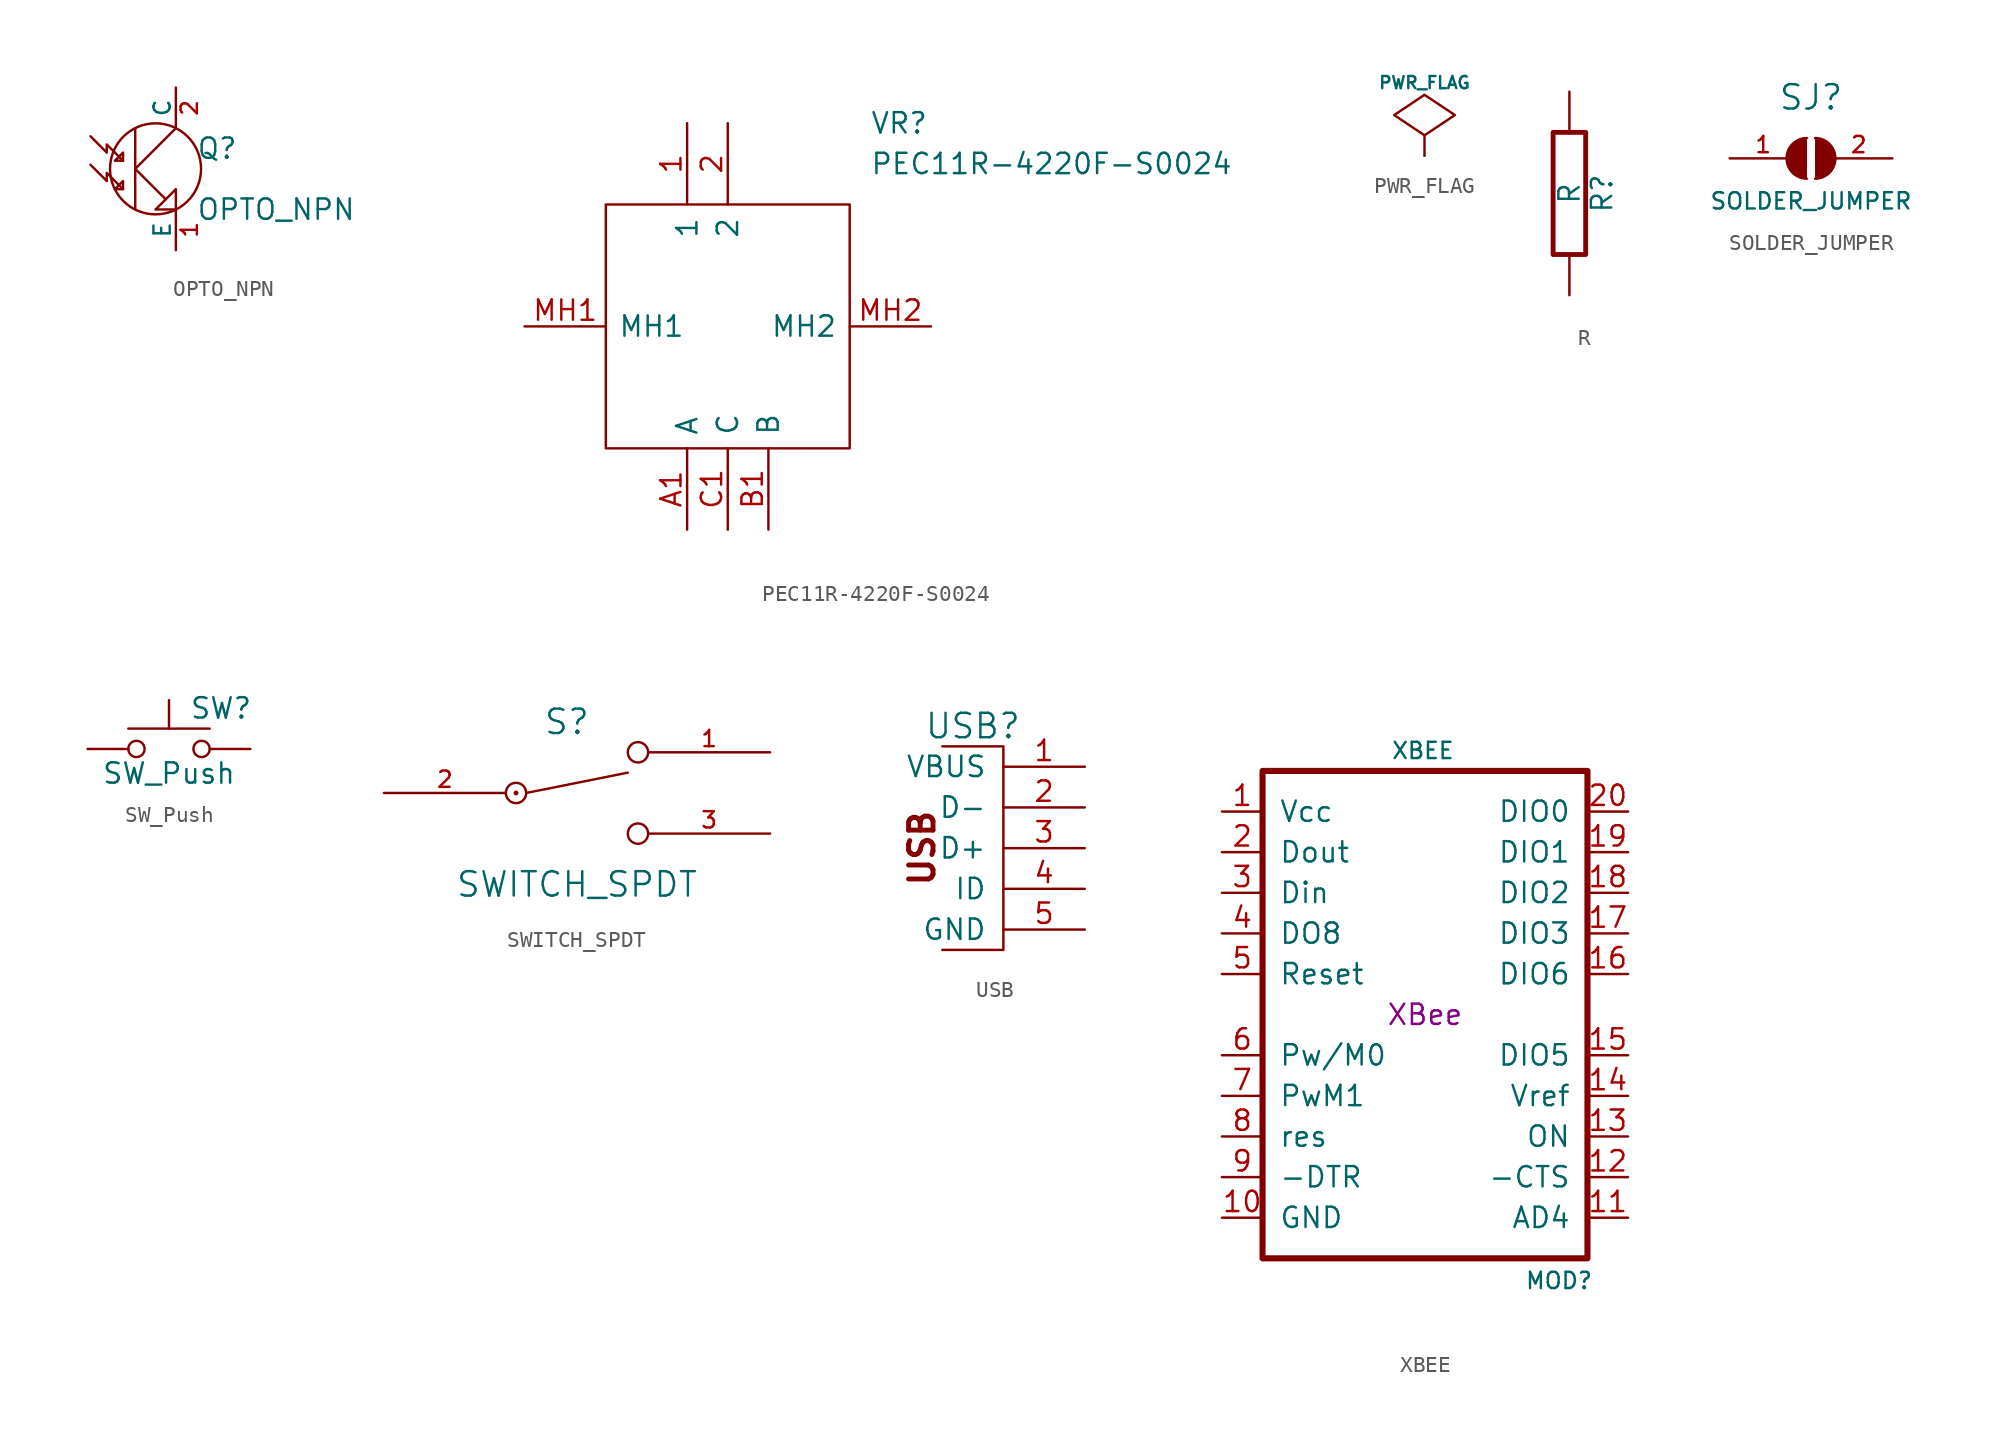
<source format=kicad_sym>
(kicad_symbol_lib
  (version 20211014)
  (generator kicad_symbol_editor)
  (symbol "OPTO_NPN"
    (pin_names
      (offset 0))
    (property "Reference" "Q"
      (at 3.81 1.27 0)
      (effects (font (size 1.27 1.27)) (justify left)))
    (property "Value" "OPTO_NPN"
      (at 3.81 -2.54 0)
      (effects (font (size 1.27 1.27)) (justify left)))
    (property "Footprint" ""
      (at 0 0 0)
      (effects (font (size 1.524 1.524))))
    (property "Datasheet" ""
      (at 0 0 0)
      (effects (font (size 1.524 1.524))))
    (symbol "OPTO_NPN_0_1"
      (polyline (pts (xy 0 0) (xy 1.905 -1.905)) (stroke (width 0) (type default) (color 0 0 0 0)) (fill (type none)))
      (polyline (pts (xy 0 0) (xy 2.54 2.54)) (stroke (width 0) (type default) (color 0 0 0 0)) (fill (type none)))
      (polyline (pts (xy 0 2.54) (xy 0 -2.54)) (stroke (width 0) (type default) (color 0 0 0 0)) (fill (type none)))
      (polyline (pts (xy -0.762 -1.27) (xy -0.762 -0.762) (xy -1.27 -1.27) (xy -0.762 -1.27) (xy -0.762 -1.27)) (stroke (width 0) (type default) (color 0 0 0 0)) (fill (type none)))
      (polyline (pts (xy 1.27 -2.54) (xy 2.54 -2.54) (xy 2.54 -1.27) (xy 1.27 -2.54) (xy 1.27 -2.54)) (stroke (width 0) (type default) (color 0 0 0 0)) (fill (type none)))
      (polyline (pts (xy -2.794 0.254) (xy -1.778 -0.762) (xy -1.778 -0.254) (xy -0.762 -1.27) (xy -0.762 -1.27) (xy -0.762 -1.27)) (stroke (width 0) (type default) (color 0 0 0 0)) (fill (type none)))
      (polyline (pts (xy -2.794 2.032) (xy -1.778 1.016) (xy -1.778 1.524) (xy -0.762 0.508) (xy -0.762 0.508) (xy -0.762 0.508)) (stroke (width 0) (type default) (color 0 0 0 0)) (fill (type none)))
      (polyline (pts (xy -0.762 0.508) (xy -0.762 1.016) (xy -1.27 0.508) (xy -0.762 0.508) (xy -0.762 0.508) (xy -0.762 0.508)) (stroke (width 0) (type default) (color 0 0 0 0)) (fill (type none)))
      (circle (center 1.27 0) (radius 2.845) (stroke (width 0) (type default) (color 0 0 0 0)) (fill (type none))))
    (symbol "OPTO_NPN_1_1"
      (pin passive line (at 2.54 -5.08 90) (length 2.54) (name "E" (effects (font (size 1.016 1.016)))) (number "1" (effects (font (size 1.016 1.016)))))
      (pin passive line (at 2.54 5.08 270) (length 2.54) (name "C" (effects (font (size 1.016 1.016)))) (number "2" (effects (font (size 1.016 1.016)))))))
  (symbol "PEC11R-4220F-S0024"
    (pin_names
      (offset 0.762))
    (property "Reference" "VR"
      (at 21.59 12.7 0)
      (effects (font (size 1.27 1.27)) (justify left)))
    (property "Value" "PEC11R-4220F-S0024"
      (at 21.59 10.16 0)
      (effects (font (size 1.27 1.27)) (justify left)))
    (symbol "PEC11R-4220F-S0024_0_0"
      (pin passive line (at 10.16 12.7 270) (length 5.08) (name "1" (effects (font (size 1.27 1.27)))) (number "1" (effects (font (size 1.27 1.27)))))
      (pin passive line (at 12.7 12.7 270) (length 5.08) (name "2" (effects (font (size 1.27 1.27)))) (number "2" (effects (font (size 1.27 1.27)))))
      (pin passive line (at 10.16 -12.7 90) (length 5.08) (name "A" (effects (font (size 1.27 1.27)))) (number "A1" (effects (font (size 1.27 1.27)))))
      (pin passive line (at 15.24 -12.7 90) (length 5.08) (name "B" (effects (font (size 1.27 1.27)))) (number "B1" (effects (font (size 1.27 1.27)))))
      (pin passive line (at 12.7 -12.7 90) (length 5.08) (name "C" (effects (font (size 1.27 1.27)))) (number "C1" (effects (font (size 1.27 1.27)))))
      (pin passive line (at 0 0 0) (length 5.08) (name "MH1" (effects (font (size 1.27 1.27)))) (number "MH1" (effects (font (size 1.27 1.27)))))
      (pin passive line (at 25.4 0 180) (length 5.08) (name "MH2" (effects (font (size 1.27 1.27)))) (number "MH2" (effects (font (size 1.27 1.27))))))
    (symbol "PEC11R-4220F-S0024_0_1"
      (polyline (pts (xy 5.08 7.62) (xy 20.32 7.62) (xy 20.32 -7.62) (xy 5.08 -7.62) (xy 5.08 7.62)) (stroke (width 0.152) (type default) (color 0 0 0 0)) (fill (type none)))))
  (symbol "PWR_FLAG"
    (power)
    (pin_numbers hide)
    (pin_names
      (offset 0) hide)
    (property "Reference" "#FLG"
      (at 0 2.413 0)
      (effects (font (size 0.762 0.762)) hide))
    (property "Value" "PWR_FLAG"
      (at 0 4.572 0)
      (effects (font (size 0.762 0.762))))
    (property "Footprint" ""
      (at 0 0 0)
      (effects (font (size 1.524 1.524))))
    (property "Datasheet" ""
      (at 0 0 0)
      (effects (font (size 1.524 1.524))))
    (symbol "PWR_FLAG_0_0"
      (pin power_out line (at 0 0 90) (length 0) (name "pwr" (effects (font (size 0.508 0.508)))) (number "1" (effects (font (size 0.508 0.508))))))
    (symbol "PWR_FLAG_0_1"
      (polyline (pts (xy 0 0) (xy 0 1.27) (xy -1.905 2.54) (xy 0 3.81) (xy 1.905 2.54) (xy 0 1.27)) (stroke (width 0) (type default) (color 0 0 0 0)) (fill (type none)))))
  (symbol "R"
    (pin_numbers hide)
    (pin_names
      (offset 0))
    (property "Reference" "R"
      (at 2.032 0 90)
      (effects (font (size 1.27 1.27))))
    (property "Value" "R"
      (at 0 0 90)
      (effects (font (size 1.27 1.27))))
    (property "Footprint" ""
      (at 0 0 0)
      (effects (font (size 1.524 1.524))))
    (property "Datasheet" ""
      (at 0 0 0)
      (effects (font (size 1.524 1.524))))
    (symbol "R_0_1"
      (rectangle (start -1.016 3.81) (end 1.016 -3.81) (stroke (width 0.305) (type default) (color 0 0 0 0)) (fill (type none))))
    (symbol "R_1_1"
      (pin passive line (at 0 6.35 270) (length 2.54) (name "~" (effects (font (size 1.524 1.524)))) (number "1" (effects (font (size 1.524 1.524)))))
      (pin passive line (at 0 -6.35 90) (length 2.54) (name "~" (effects (font (size 1.524 1.524)))) (number "2" (effects (font (size 1.524 1.524)))))))
  (symbol "SOLDER_JUMPER"
    (pin_names
      (offset 0.762) hide)
    (property "Reference" "SJ"
      (at 0 3.81 0)
      (effects (font (size 1.524 1.524))))
    (property "Value" "SOLDER_JUMPER"
      (at 0 -2.667 0)
      (effects (font (size 1.016 1.016))))
    (property "Footprint" ""
      (at 0 0 0)
      (effects (font (size 1.524 1.524))))
    (property "Datasheet" ""
      (at 0 0 0)
      (effects (font (size 1.524 1.524))))
    (symbol "SOLDER_JUMPER_0_1"
      (arc (start -0.254 1.27) (mid -1.524 0) (end -0.254 -1.27) (stroke (width 0) (type default) (color 0 0 0 0)) (fill (type outline)))
      (arc (start 0.254 -1.27) (mid 1.524 0) (end 0.254 1.27) (stroke (width 0) (type default) (color 0 0 0 0)) (fill (type outline)))
      (pin passive line (at -5.08 0 0) (length 4.191) (name "1" (effects (font (size 1.016 1.016)))) (number "1" (effects (font (size 1.016 1.016)))))
      (pin passive line (at 5.08 0 180) (length 4.191) (name "2" (effects (font (size 1.016 1.016)))) (number "2" (effects (font (size 1.016 1.016)))))))
  (symbol "SW_Push"
    (pin_numbers hide)
    (pin_names
      (offset 1.016) hide)
    (property "Reference" "SW"
      (at 1.27 2.54 0)
      (effects (font (size 1.27 1.27)) (justify left)))
    (property "Value" "SW_Push"
      (at 0 -1.524 0)
      (effects (font (size 1.27 1.27))))
    (symbol "SW_Push_0_1"
      (circle (center -2.032 0) (radius 0.508) (stroke (width 0) (type default) (color 0 0 0 0)) (fill (type none)))
      (polyline (pts (xy 0 1.27) (xy 0 3.048)) (stroke (width 0) (type default) (color 0 0 0 0)) (fill (type none)))
      (polyline (pts (xy 2.54 1.27) (xy -2.54 1.27)) (stroke (width 0) (type default) (color 0 0 0 0)) (fill (type none)))
      (circle (center 2.032 0) (radius 0.508) (stroke (width 0) (type default) (color 0 0 0 0)) (fill (type none)))
      (pin passive line (at -5.08 0 0) (length 2.54) (name "1" (effects (font (size 1.27 1.27)))) (number "1" (effects (font (size 1.27 1.27)))))
      (pin passive line (at 5.08 0 180) (length 2.54) (name "2" (effects (font (size 1.27 1.27)))) (number "2" (effects (font (size 1.27 1.27)))))))
  (symbol "SWITCH_SPDT"
    (pin_names
      (offset 1.016))
    (property "Reference" "S"
      (at 0 4.445 0)
      (effects (font (size 1.524 1.524))))
    (property "Value" "SWITCH_SPDT"
      (at 0.635 -5.715 0)
      (effects (font (size 1.524 1.524))))
    (property "Footprint" ""
      (at 0 0 0)
      (effects (font (size 1.524 1.524))))
    (property "Datasheet" ""
      (at 0 0 0)
      (effects (font (size 1.524 1.524))))
    (symbol "SWITCH_SPDT_0_1"
      (circle (center -3.175 0) (radius 0.0001) (stroke (width 0) (type default) (color 0 0 0 0)) (fill (type none)))
      (circle (center -3.175 0) (radius 0.635) (stroke (width 0) (type default) (color 0 0 0 0)) (fill (type none)))
      (polyline (pts (xy -2.54 0) (xy 3.81 1.27)) (stroke (width 0) (type default) (color 0 0 0 0)) (fill (type none)))
      (circle (center 4.445 -2.54) (radius 0.635) (stroke (width 0) (type default) (color 0 0 0 0)) (fill (type none)))
      (circle (center 4.445 2.54) (radius 0.635) (stroke (width 0) (type default) (color 0 0 0 0)) (fill (type none))))
    (symbol "SWITCH_SPDT_1_1"
      (pin passive line (at 12.7 2.54 180) (length 7.62) (name "~" (effects (font (size 1.016 1.016)))) (number "1" (effects (font (size 1.016 1.016)))))
      (pin passive line (at -11.43 0 0) (length 7.62) (name "~" (effects (font (size 1.016 1.016)))) (number "2" (effects (font (size 1.016 1.016)))))
      (pin passive line (at 12.7 -2.54 180) (length 7.62) (name "~" (effects (font (size 1.016 1.016)))) (number "3" (effects (font (size 1.016 1.016)))))))
  (symbol "USB"
    (pin_names
      (offset 1.016))
    (property "Reference" "USB"
      (at -1.905 7.62 0)
      (effects (font (size 1.524 1.524))))
    (property "Footprint" ""
      (at 0 0 0)
      (effects (font (size 1.524 1.524))))
    (property "Datasheet" ""
      (at 0 0 0)
      (effects (font (size 1.524 1.524))))
    (symbol "USB_0_0"
      (polyline (pts (xy -3.81 6.35) (xy 0 6.35) (xy 0 -6.35) (xy -3.81 -6.35)) (stroke (width 0) (type default) (color 0 0 0 0)) (fill (type none)))
      (text "USB" (at -5.08 0 900) (effects (font (size 1.524 1.524) bold))))
    (symbol "USB_1_1"
      (pin power_out line (at 5.08 5.08 180) (length 5.08) (name "VBUS" (effects (font (size 1.27 1.27)))) (number "1" (effects (font (size 1.27 1.27)))))
      (pin bidirectional line (at 5.08 2.54 180) (length 5.08) (name "D-" (effects (font (size 1.27 1.27)))) (number "2" (effects (font (size 1.27 1.27)))))
      (pin bidirectional line (at 5.08 0 180) (length 5.08) (name "D+" (effects (font (size 1.27 1.27)))) (number "3" (effects (font (size 1.27 1.27)))))
      (pin input line (at 5.08 -2.54 180) (length 5.08) (name "ID" (effects (font (size 1.27 1.27)))) (number "4" (effects (font (size 1.27 1.27)))))
      (pin power_in line (at 5.08 -5.08 180) (length 5.08) (name "GND" (effects (font (size 1.27 1.27)))) (number "5" (effects (font (size 1.27 1.27)))))))
  (symbol "XBEE"
    (pin_names
      (offset 1.016))
    (property "Reference" "MOD"
      (at 8.382 -16.637 0)
      (effects (font (size 1.016 1.016))))
    (property "Value" "XBEE"
      (at -0.127 16.51 0)
      (effects (font (size 1.016 1.016))))
    (property "Footprint" "XBee"
      (at 0 0 0)
      (effects (font (size 1.27 1.27))))
    (property "Datasheet" ""
      (at 0 0 0)
      (effects (font (size 1.524 1.524))))
    (symbol "XBEE_0_1"
      (rectangle (start -10.16 15.24) (end 10.16 -15.24) (stroke (width 0.381) (type default) (color 0 0 0 0)) (fill (type none))))
    (symbol "XBEE_1_1"
      (pin input line (at -12.7 12.7 0) (length 2.54) (name "Vcc" (effects (font (size 1.27 1.27)))) (number "1" (effects (font (size 1.27 1.27)))))
      (pin input line (at -12.7 -12.7 0) (length 2.54) (name "GND" (effects (font (size 1.27 1.27)))) (number "10" (effects (font (size 1.27 1.27)))))
      (pin input line (at 12.7 -12.7 180) (length 2.54) (name "AD4" (effects (font (size 1.27 1.27)))) (number "11" (effects (font (size 1.27 1.27)))))
      (pin input line (at 12.7 -10.16 180) (length 2.54) (name "-CTS" (effects (font (size 1.27 1.27)))) (number "12" (effects (font (size 1.27 1.27)))))
      (pin input line (at 12.7 -7.62 180) (length 2.54) (name "ON" (effects (font (size 1.27 1.27)))) (number "13" (effects (font (size 1.27 1.27)))))
      (pin input line (at 12.7 -5.08 180) (length 2.54) (name "Vref" (effects (font (size 1.27 1.27)))) (number "14" (effects (font (size 1.27 1.27)))))
      (pin input line (at 12.7 -2.54 180) (length 2.54) (name "DIO5" (effects (font (size 1.27 1.27)))) (number "15" (effects (font (size 1.27 1.27)))))
      (pin input line (at 12.7 2.54 180) (length 2.54) (name "DIO6" (effects (font (size 1.27 1.27)))) (number "16" (effects (font (size 1.27 1.27)))))
      (pin input line (at 12.7 5.08 180) (length 2.54) (name "DIO3" (effects (font (size 1.27 1.27)))) (number "17" (effects (font (size 1.27 1.27)))))
      (pin input line (at 12.7 7.62 180) (length 2.54) (name "DIO2" (effects (font (size 1.27 1.27)))) (number "18" (effects (font (size 1.27 1.27)))))
      (pin input line (at 12.7 10.16 180) (length 2.54) (name "DIO1" (effects (font (size 1.27 1.27)))) (number "19" (effects (font (size 1.27 1.27)))))
      (pin input line (at -12.7 10.16 0) (length 2.54) (name "Dout" (effects (font (size 1.27 1.27)))) (number "2" (effects (font (size 1.27 1.27)))))
      (pin input line (at 12.7 12.7 180) (length 2.54) (name "DIO0" (effects (font (size 1.27 1.27)))) (number "20" (effects (font (size 1.27 1.27)))))
      (pin input line (at -12.7 7.62 0) (length 2.54) (name "Din" (effects (font (size 1.27 1.27)))) (number "3" (effects (font (size 1.27 1.27)))))
      (pin input line (at -12.7 5.08 0) (length 2.54) (name "DO8" (effects (font (size 1.27 1.27)))) (number "4" (effects (font (size 1.27 1.27)))))
      (pin input line (at -12.7 2.54 0) (length 2.54) (name "Reset" (effects (font (size 1.27 1.27)))) (number "5" (effects (font (size 1.27 1.27)))))
      (pin input line (at -12.7 -2.54 0) (length 2.54) (name "Pw/M0" (effects (font (size 1.27 1.27)))) (number "6" (effects (font (size 1.27 1.27)))))
      (pin input line (at -12.7 -5.08 0) (length 2.54) (name "PwM1" (effects (font (size 1.27 1.27)))) (number "7" (effects (font (size 1.27 1.27)))))
      (pin input line (at -12.7 -7.62 0) (length 2.54) (name "res" (effects (font (size 1.27 1.27)))) (number "8" (effects (font (size 1.27 1.27)))))
      (pin input line (at -12.7 -10.16 0) (length 2.54) (name "-DTR" (effects (font (size 1.27 1.27)))) (number "9" (effects (font (size 1.27 1.27))))))))
</source>
